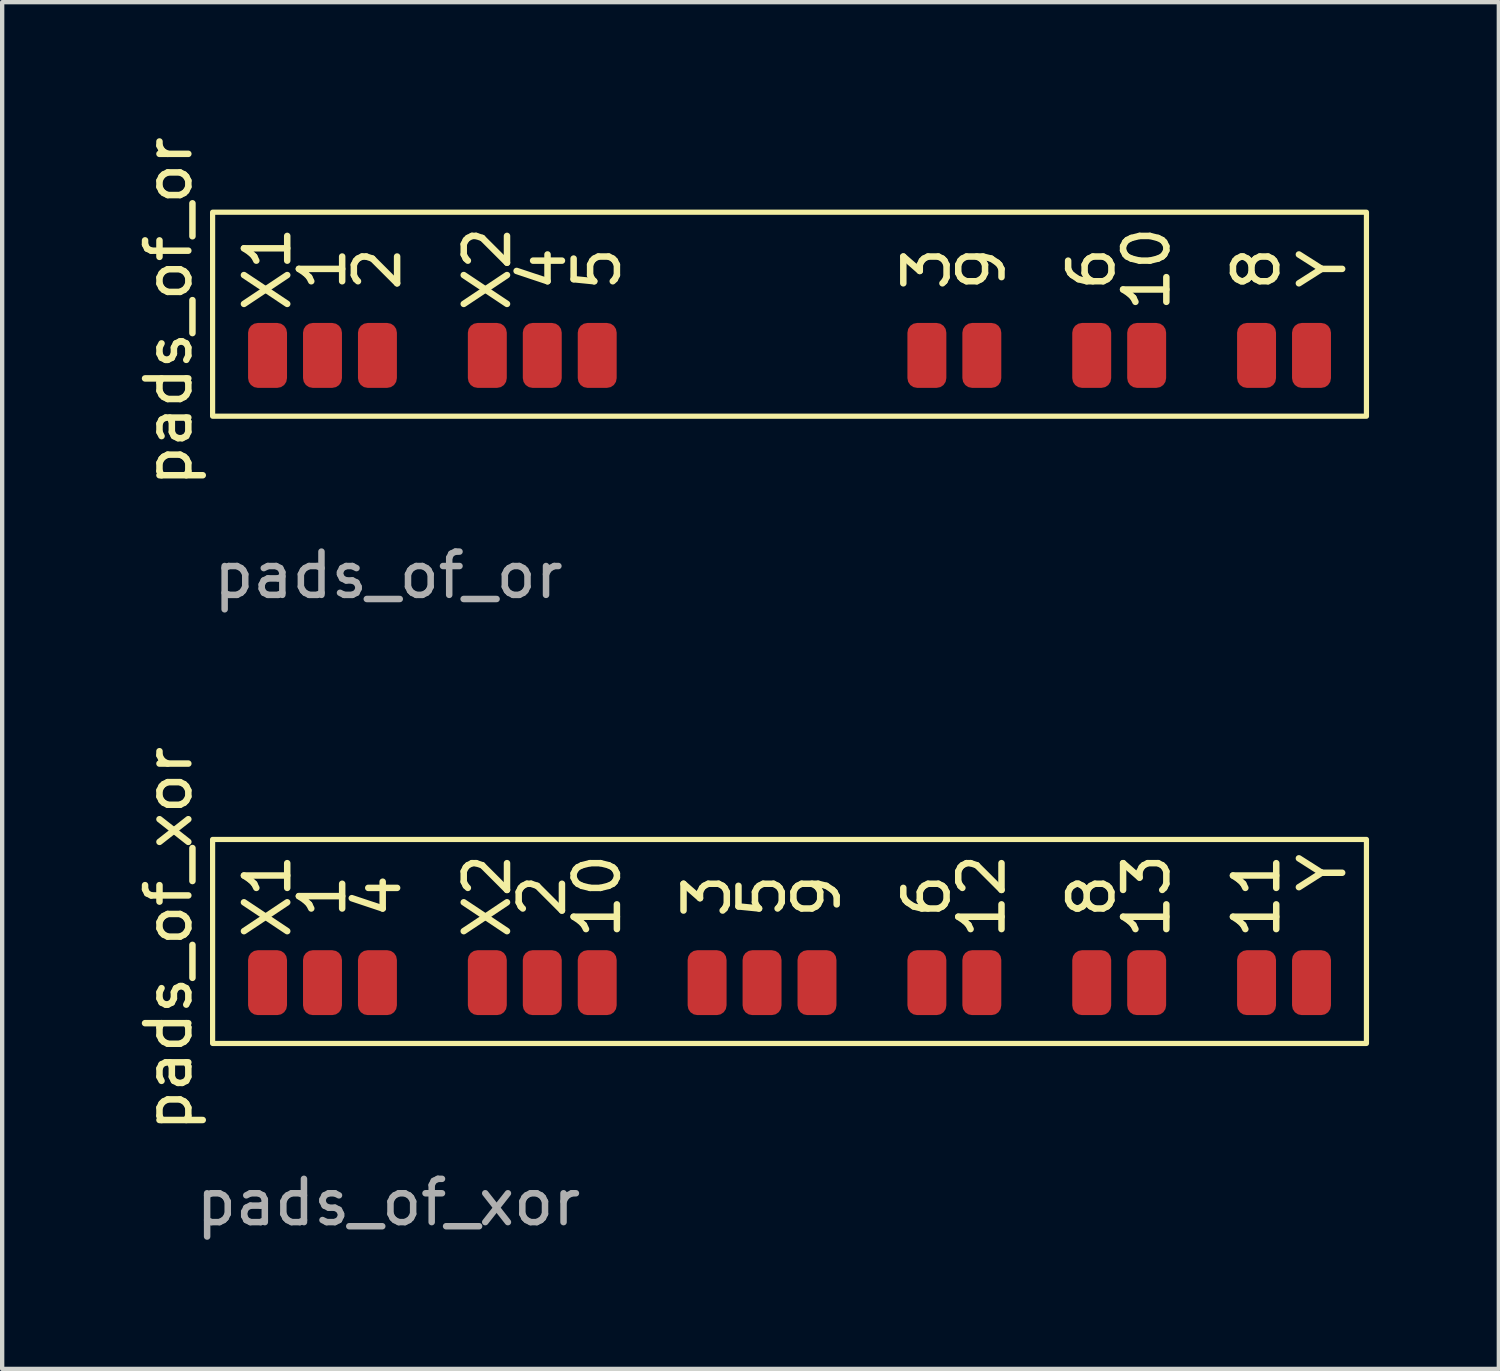
<source format=kicad_pcb>
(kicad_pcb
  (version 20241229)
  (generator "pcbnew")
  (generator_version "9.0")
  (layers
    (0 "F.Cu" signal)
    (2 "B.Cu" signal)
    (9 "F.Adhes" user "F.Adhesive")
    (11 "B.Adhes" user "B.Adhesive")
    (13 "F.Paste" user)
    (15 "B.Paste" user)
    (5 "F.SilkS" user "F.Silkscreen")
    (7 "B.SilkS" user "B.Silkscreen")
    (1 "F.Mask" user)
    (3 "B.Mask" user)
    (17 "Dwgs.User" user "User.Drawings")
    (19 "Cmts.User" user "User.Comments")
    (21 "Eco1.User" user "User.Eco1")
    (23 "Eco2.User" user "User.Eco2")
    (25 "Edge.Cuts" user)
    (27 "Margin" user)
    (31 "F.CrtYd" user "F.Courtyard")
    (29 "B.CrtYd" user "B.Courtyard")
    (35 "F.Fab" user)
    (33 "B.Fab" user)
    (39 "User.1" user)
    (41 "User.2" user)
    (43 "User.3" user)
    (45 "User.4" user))
  (footprint "pads_of_xor"
    (layer "F.Cu")
    (at 3.134 19.663)
    (property "Reference" "pads_of_xor" (at -2.286 -1.016 90) (unlocked yes) (layer "F.SilkS") (effects (font (size 1 1) (thickness 0.15))))
    (attr smd)
    (fp_rect (start -1.27 -3.31) (end 25.4 1.405) (stroke (width 0.12) (type solid)) (fill no) (layer "F.SilkS"))
    (fp_text user "13" (at 20.32 -2 90) (unlocked yes) (layer "F.SilkS") (effects (font (size 1 1) (thickness 0.15))))
    (fp_text user "X1" (at 0 -2 90) (unlocked yes) (layer "F.SilkS") (effects (font (size 1 1) (thickness 0.15))))
    (fp_text user "2" (at 6.35 -2 90) (unlocked yes) (layer "F.SilkS") (effects (font (size 1 1) (thickness 0.15))))
    (fp_text user "Y" (at 24.384 -2.54 90) (unlocked yes) (layer "F.SilkS") (effects (font (size 1 1) (thickness 0.15))))
    (fp_text user "9" (at 12.7 -2 90) (unlocked yes) (layer "F.SilkS") (effects (font (size 1 1) (thickness 0.15))))
    (fp_text user "5" (at 11.43 -2 90) (unlocked yes) (layer "F.SilkS") (effects (font (size 1 1) (thickness 0.15))))
    (fp_text user "1" (at 1.27 -2 90) (unlocked yes) (layer "F.SilkS") (effects (font (size 1 1) (thickness 0.15))))
    (fp_text user "4" (at 2.54 -2 90) (unlocked yes) (layer "F.SilkS") (effects (font (size 1 1) (thickness 0.15))))
    (fp_text user "6" (at 15.24 -2 90) (unlocked yes) (layer "F.SilkS") (effects (font (size 1 1) (thickness 0.15))))
    (fp_text user "8" (at 19.05 -2 90) (unlocked yes) (layer "F.SilkS") (effects (font (size 1 1) (thickness 0.15))))
    (fp_text user "3" (at 10.16 -2 90) (unlocked yes) (layer "F.SilkS") (effects (font (size 1 1) (thickness 0.15))))
    (fp_text user "10" (at 7.62 -2 90) (unlocked yes) (layer "F.SilkS") (effects (font (size 1 1) (thickness 0.15))))
    (fp_text user "X2" (at 5.08 -2 90) (unlocked yes) (layer "F.SilkS") (effects (font (size 1 1) (thickness 0.15))))
    (fp_text user "12" (at 16.51 -2 90) (unlocked yes) (layer "F.SilkS") (effects (font (size 1 1) (thickness 0.15))))
    (fp_text user "11" (at 22.86 -2 90) (unlocked yes) (layer "F.SilkS") (effects (font (size 1 1) (thickness 0.15))))
    (fp_text user "${REFERENCE}" (at 2.794 5.08 0) (unlocked yes) (layer "F.Fab") (effects (font (size 1 1) (thickness 0.15))))
    (pad "1" smd roundrect (at 0 0) (size 0.9 1.5) (layers "F.Cu" "F.Mask" "F.Paste") (roundrect_rratio 0.25))
    (pad "2" smd roundrect (at 1.27 0) (size 0.9 1.5) (layers "F.Cu" "F.Mask" "F.Paste") (roundrect_rratio 0.25))
    (pad "3" smd roundrect (at 2.54 0) (size 0.9 1.5) (layers "F.Cu" "F.Mask" "F.Paste") (roundrect_rratio 0.25))
    (pad "4" smd roundrect (at 5.08 0) (size 0.9 1.5) (layers "F.Cu" "F.Mask" "F.Paste") (roundrect_rratio 0.25))
    (pad "5" smd roundrect (at 6.35 0) (size 0.9 1.5) (layers "F.Cu" "F.Mask" "F.Paste") (roundrect_rratio 0.25))
    (pad "6" smd roundrect (at 7.62 0) (size 0.9 1.5) (layers "F.Cu" "F.Mask" "F.Paste") (roundrect_rratio 0.25))
    (pad "7" smd roundrect (at 10.16 0) (size 0.9 1.5) (layers "F.Cu" "F.Mask" "F.Paste") (roundrect_rratio 0.25))
    (pad "8" smd roundrect (at 11.43 0) (size 0.9 1.5) (layers "F.Cu" "F.Mask" "F.Paste") (roundrect_rratio 0.25))
    (pad "9" smd roundrect (at 12.7 0) (size 0.9 1.5) (layers "F.Cu" "F.Mask" "F.Paste") (roundrect_rratio 0.25))
    (pad "10" smd roundrect (at 15.24 0) (size 0.9 1.5) (layers "F.Cu" "F.Mask" "F.Paste") (roundrect_rratio 0.25))
    (pad "11" smd roundrect (at 16.51 0) (size 0.9 1.5) (layers "F.Cu" "F.Mask" "F.Paste") (roundrect_rratio 0.25))
    (pad "12" smd roundrect (at 19.05 0) (size 0.9 1.5) (layers "F.Cu" "F.Mask" "F.Paste") (roundrect_rratio 0.25))
    (pad "13" smd roundrect (at 20.32 0) (size 0.9 1.5) (layers "F.Cu" "F.Mask" "F.Paste") (roundrect_rratio 0.25))
    (pad "14" smd roundrect (at 22.86 0) (size 0.9 1.5) (layers "F.Cu" "F.Mask" "F.Paste") (roundrect_rratio 0.25))
    (pad "15" smd roundrect (at 24.13 0) (size 0.9 1.5) (layers "F.Cu" "F.Mask" "F.Paste") (roundrect_rratio 0.25)))
  (footprint "pads_of_or"
    (layer "F.Cu")
    (at 3.134 5.165)
    (property "Reference" "pads_of_or" (at -2.286 -1.016 90) (unlocked yes) (layer "F.SilkS") (effects (font (size 1 1) (thickness 0.15))))
    (attr smd)
    (fp_rect (start -1.27 -3.31) (end 25.4 1.405) (stroke (width 0.12) (type solid)) (fill no) (layer "F.SilkS"))
    (fp_text user "5" (at 7.62 -2 90) (unlocked yes) (layer "F.SilkS") (effects (font (size 1 1) (thickness 0.15))))
    (fp_text user "9" (at 16.51 -2 90) (unlocked yes) (layer "F.SilkS") (effects (font (size 1 1) (thickness 0.15))))
    (fp_text user "8" (at 22.86 -2 90) (unlocked yes) (layer "F.SilkS") (effects (font (size 1 1) (thickness 0.15))))
    (fp_text user "10" (at 20.32 -2 90) (unlocked yes) (layer "F.SilkS") (effects (font (size 1 1) (thickness 0.15))))
    (fp_text user "6" (at 19.05 -2 90) (unlocked yes) (layer "F.SilkS") (effects (font (size 1 1) (thickness 0.15))))
    (fp_text user "X2" (at 5.08 -2 90) (unlocked yes) (layer "F.SilkS") (effects (font (size 1 1) (thickness 0.15))))
    (fp_text user "1" (at 1.27 -2 90) (unlocked yes) (layer "F.SilkS") (effects (font (size 1 1) (thickness 0.15))))
    (fp_text user "Y" (at 24.384 -2 90) (unlocked yes) (layer "F.SilkS") (effects (font (size 1 1) (thickness 0.15))))
    (fp_text user "X1" (at 0 -2 90) (unlocked yes) (layer "F.SilkS") (effects (font (size 1 1) (thickness 0.15))))
    (fp_text user "4" (at 6.35 -2 90) (unlocked yes) (layer "F.SilkS") (effects (font (size 1 1) (thickness 0.15))))
    (fp_text user "3" (at 15.24 -2 90) (unlocked yes) (layer "F.SilkS") (effects (font (size 1 1) (thickness 0.15))))
    (fp_text user "2" (at 2.54 -2 90) (unlocked yes) (layer "F.SilkS") (effects (font (size 1 1) (thickness 0.15))))
    (fp_text user "${REFERENCE}" (at 2.794 5.08 0) (unlocked yes) (layer "F.Fab") (effects (font (size 1 1) (thickness 0.15))))
    (pad "1" smd roundrect (at 0 0) (size 0.9 1.5) (layers "F.Cu" "F.Mask" "F.Paste") (roundrect_rratio 0.25))
    (pad "2" smd roundrect (at 1.27 0) (size 0.9 1.5) (layers "F.Cu" "F.Mask" "F.Paste") (roundrect_rratio 0.25))
    (pad "3" smd roundrect (at 2.54 0) (size 0.9 1.5) (layers "F.Cu" "F.Mask" "F.Paste") (roundrect_rratio 0.25))
    (pad "4" smd roundrect (at 5.08 0) (size 0.9 1.5) (layers "F.Cu" "F.Mask" "F.Paste") (roundrect_rratio 0.25))
    (pad "5" smd roundrect (at 6.35 0) (size 0.9 1.5) (layers "F.Cu" "F.Mask" "F.Paste") (roundrect_rratio 0.25))
    (pad "6" smd roundrect (at 7.62 0) (size 0.9 1.5) (layers "F.Cu" "F.Mask" "F.Paste") (roundrect_rratio 0.25))
    (pad "7" smd roundrect (at 15.24 0) (size 0.9 1.5) (layers "F.Cu" "F.Mask" "F.Paste") (roundrect_rratio 0.25))
    (pad "8" smd roundrect (at 16.51 0) (size 0.9 1.5) (layers "F.Cu" "F.Mask" "F.Paste") (roundrect_rratio 0.25))
    (pad "9" smd roundrect (at 19.05 0) (size 0.9 1.5) (layers "F.Cu" "F.Mask" "F.Paste") (roundrect_rratio 0.25))
    (pad "10" smd roundrect (at 20.32 0) (size 0.9 1.5) (layers "F.Cu" "F.Mask" "F.Paste") (roundrect_rratio 0.25))
    (pad "11" smd roundrect (at 22.86 0) (size 0.9 1.5) (layers "F.Cu" "F.Mask" "F.Paste") (roundrect_rratio 0.25))
    (pad "12" smd roundrect (at 24.13 0) (size 0.9 1.5) (layers "F.Cu" "F.Mask" "F.Paste") (roundrect_rratio 0.25)))
  (gr_rect
    (start -3 -3)
    (end 31.594 28.591)
    (stroke (width 0.1) (type default))
    (fill no)
    (layer "Edge.Cuts")))
</source>
